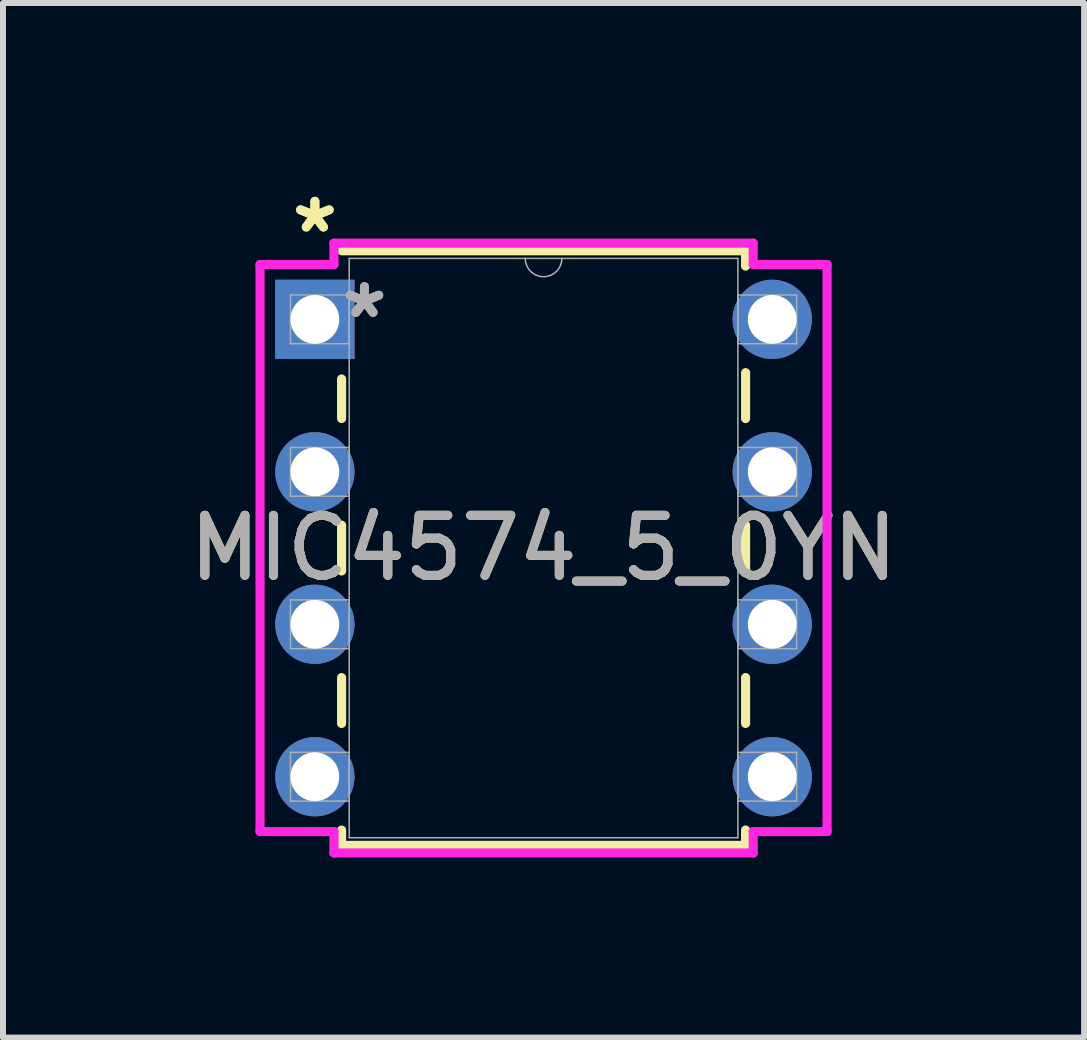
<source format=kicad_pcb>
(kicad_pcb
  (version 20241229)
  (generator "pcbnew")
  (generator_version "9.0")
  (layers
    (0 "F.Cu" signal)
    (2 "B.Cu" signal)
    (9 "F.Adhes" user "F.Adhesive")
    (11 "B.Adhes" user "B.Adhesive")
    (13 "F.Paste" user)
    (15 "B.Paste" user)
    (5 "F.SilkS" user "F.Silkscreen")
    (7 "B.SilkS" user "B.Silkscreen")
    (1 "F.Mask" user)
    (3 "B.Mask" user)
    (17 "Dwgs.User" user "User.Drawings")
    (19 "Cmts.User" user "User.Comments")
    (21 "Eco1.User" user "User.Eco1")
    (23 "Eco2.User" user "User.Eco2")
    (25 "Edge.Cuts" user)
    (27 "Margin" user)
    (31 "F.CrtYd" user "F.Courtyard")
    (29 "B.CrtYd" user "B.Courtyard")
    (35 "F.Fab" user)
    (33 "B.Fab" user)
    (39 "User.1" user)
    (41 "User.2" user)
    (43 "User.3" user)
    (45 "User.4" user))
  (footprint "MIC4574_5_0YN"
    (layer "F.Cu")
    (at 2.196 2.271)
    (property "Reference" "MIC4574_5_0YN" (at 3.81 3.81 0) (unlocked yes) (layer "F.SilkS") (effects (font (size 1 1) (thickness 0.15))))
    (attr through_hole)
    (fp_line (start 0.445 0.993) (end 0.445 1.652) (stroke (width 0.152) (type solid)) (layer "F.SilkS"))
    (fp_line (start 0.445 3.428) (end 0.445 4.192) (stroke (width 0.152) (type solid)) (layer "F.SilkS"))
    (fp_line (start 0.445 5.968) (end 0.445 6.732) (stroke (width 0.152) (type solid)) (layer "F.SilkS"))
    (fp_line (start 0.445 8.508) (end 0.445 8.763) (stroke (width 0.152) (type solid)) (layer "F.SilkS"))
    (fp_line (start 0.445 8.763) (end 7.176 8.763) (stroke (width 0.152) (type solid)) (layer "F.SilkS"))
    (fp_line (start 7.176 -1.143) (end 0.445 -1.143) (stroke (width 0.152) (type solid)) (layer "F.SilkS"))
    (fp_line (start 7.176 -0.888) (end 7.176 -1.143) (stroke (width 0.152) (type solid)) (layer "F.SilkS"))
    (fp_line (start 7.176 1.652) (end 7.176 0.888) (stroke (width 0.152) (type solid)) (layer "F.SilkS"))
    (fp_line (start 7.176 4.192) (end 7.176 3.428) (stroke (width 0.152) (type solid)) (layer "F.SilkS"))
    (fp_line (start 7.176 6.732) (end 7.176 5.968) (stroke (width 0.152) (type solid)) (layer "F.SilkS"))
    (fp_line (start 7.176 8.763) (end 7.176 8.508) (stroke (width 0.152) (type solid)) (layer "F.SilkS"))
    (fp_line (start -0.914 -0.914) (end 0.318 -0.914) (stroke (width 0.152) (type solid)) (layer "F.CrtYd"))
    (fp_line (start -0.914 8.534) (end -0.914 -0.914) (stroke (width 0.152) (type solid)) (layer "F.CrtYd"))
    (fp_line (start 0.318 -1.27) (end 7.303 -1.27) (stroke (width 0.152) (type solid)) (layer "F.CrtYd"))
    (fp_line (start 0.318 -0.914) (end 0.318 -1.27) (stroke (width 0.152) (type solid)) (layer "F.CrtYd"))
    (fp_line (start 0.318 8.534) (end -0.914 8.534) (stroke (width 0.152) (type solid)) (layer "F.CrtYd"))
    (fp_line (start 0.318 8.89) (end 0.318 8.534) (stroke (width 0.152) (type solid)) (layer "F.CrtYd"))
    (fp_line (start 7.303 -1.27) (end 7.303 -0.914) (stroke (width 0.152) (type solid)) (layer "F.CrtYd"))
    (fp_line (start 7.303 8.534) (end 7.303 8.89) (stroke (width 0.152) (type solid)) (layer "F.CrtYd"))
    (fp_line (start 7.303 8.89) (end 0.318 8.89) (stroke (width 0.152) (type solid)) (layer "F.CrtYd"))
    (fp_line (start 8.534 -0.914) (end 7.303 -0.914) (stroke (width 0.152) (type solid)) (layer "F.CrtYd"))
    (fp_line (start 8.534 -0.914) (end 8.534 8.534) (stroke (width 0.152) (type solid)) (layer "F.CrtYd"))
    (fp_line (start 8.534 8.534) (end 7.303 8.534) (stroke (width 0.152) (type solid)) (layer "F.CrtYd"))
    (fp_line (start -0.406 -0.406) (end -0.406 0.406) (stroke (width 0.025) (type solid)) (layer "F.Fab"))
    (fp_line (start -0.406 0.406) (end 0.572 0.406) (stroke (width 0.025) (type solid)) (layer "F.Fab"))
    (fp_line (start -0.406 2.134) (end -0.406 2.946) (stroke (width 0.025) (type solid)) (layer "F.Fab"))
    (fp_line (start -0.406 2.946) (end 0.572 2.946) (stroke (width 0.025) (type solid)) (layer "F.Fab"))
    (fp_line (start -0.406 4.674) (end -0.406 5.486) (stroke (width 0.025) (type solid)) (layer "F.Fab"))
    (fp_line (start -0.406 5.486) (end 0.572 5.486) (stroke (width 0.025) (type solid)) (layer "F.Fab"))
    (fp_line (start -0.406 7.214) (end -0.406 8.026) (stroke (width 0.025) (type solid)) (layer "F.Fab"))
    (fp_line (start -0.406 8.026) (end 0.572 8.026) (stroke (width 0.025) (type solid)) (layer "F.Fab"))
    (fp_line (start 0.572 -1.016) (end 0.572 8.636) (stroke (width 0.025) (type solid)) (layer "F.Fab"))
    (fp_line (start 0.572 -0.406) (end -0.406 -0.406) (stroke (width 0.025) (type solid)) (layer "F.Fab"))
    (fp_line (start 0.572 0.406) (end 0.572 -0.406) (stroke (width 0.025) (type solid)) (layer "F.Fab"))
    (fp_line (start 0.572 2.134) (end -0.406 2.134) (stroke (width 0.025) (type solid)) (layer "F.Fab"))
    (fp_line (start 0.572 2.946) (end 0.572 2.134) (stroke (width 0.025) (type solid)) (layer "F.Fab"))
    (fp_line (start 0.572 4.674) (end -0.406 4.674) (stroke (width 0.025) (type solid)) (layer "F.Fab"))
    (fp_line (start 0.572 5.486) (end 0.572 4.674) (stroke (width 0.025) (type solid)) (layer "F.Fab"))
    (fp_line (start 0.572 7.214) (end -0.406 7.214) (stroke (width 0.025) (type solid)) (layer "F.Fab"))
    (fp_line (start 0.572 8.026) (end 0.572 7.214) (stroke (width 0.025) (type solid)) (layer "F.Fab"))
    (fp_line (start 0.572 8.636) (end 7.048 8.636) (stroke (width 0.025) (type solid)) (layer "F.Fab"))
    (fp_line (start 7.048 -1.016) (end 0.572 -1.016) (stroke (width 0.025) (type solid)) (layer "F.Fab"))
    (fp_line (start 7.048 -0.406) (end 7.048 0.406) (stroke (width 0.025) (type solid)) (layer "F.Fab"))
    (fp_line (start 7.048 0.406) (end 8.026 0.406) (stroke (width 0.025) (type solid)) (layer "F.Fab"))
    (fp_line (start 7.048 2.134) (end 7.048 2.946) (stroke (width 0.025) (type solid)) (layer "F.Fab"))
    (fp_line (start 7.048 2.946) (end 8.026 2.946) (stroke (width 0.025) (type solid)) (layer "F.Fab"))
    (fp_line (start 7.048 4.674) (end 7.048 5.486) (stroke (width 0.025) (type solid)) (layer "F.Fab"))
    (fp_line (start 7.048 5.486) (end 8.026 5.486) (stroke (width 0.025) (type solid)) (layer "F.Fab"))
    (fp_line (start 7.048 7.214) (end 7.048 8.026) (stroke (width 0.025) (type solid)) (layer "F.Fab"))
    (fp_line (start 7.048 8.026) (end 8.026 8.026) (stroke (width 0.025) (type solid)) (layer "F.Fab"))
    (fp_line (start 7.048 8.636) (end 7.048 -1.016) (stroke (width 0.025) (type solid)) (layer "F.Fab"))
    (fp_line (start 8.026 -0.406) (end 7.048 -0.406) (stroke (width 0.025) (type solid)) (layer "F.Fab"))
    (fp_line (start 8.026 0.406) (end 8.026 -0.406) (stroke (width 0.025) (type solid)) (layer "F.Fab"))
    (fp_line (start 8.026 2.134) (end 7.048 2.134) (stroke (width 0.025) (type solid)) (layer "F.Fab"))
    (fp_line (start 8.026 2.946) (end 8.026 2.134) (stroke (width 0.025) (type solid)) (layer "F.Fab"))
    (fp_line (start 8.026 4.674) (end 7.048 4.674) (stroke (width 0.025) (type solid)) (layer "F.Fab"))
    (fp_line (start 8.026 5.486) (end 8.026 4.674) (stroke (width 0.025) (type solid)) (layer "F.Fab"))
    (fp_line (start 8.026 7.214) (end 7.048 7.214) (stroke (width 0.025) (type solid)) (layer "F.Fab"))
    (fp_line (start 8.026 8.026) (end 8.026 7.214) (stroke (width 0.025) (type solid)) (layer "F.Fab"))
    (fp_arc (start 4.1148 -1.016) (mid 3.81 -0.7112) (end 3.5052 -1.016) (stroke (width 0.0254) (type solid)) (layer "F.Fab"))
    (fp_text user "*" (at 0 -1.422 0) (unlocked yes) (layer "F.SilkS") (effects (font (size 1 1) (thickness 0.15))))
    (fp_text user "*" (at 0 -1.422 0) (layer "F.SilkS") (effects (font (size 1 1) (thickness 0.15))))
    (fp_text user "*" (at 0.826 0 0) (layer "F.Fab") (effects (font (size 1 1) (thickness 0.15))))
    (fp_text user "*" (at 0.826 0 0) (unlocked yes) (layer "F.Fab") (effects (font (size 1 1) (thickness 0.15))))
    (fp_text user "${REFERENCE}" (at 3.81 3.81 0) (unlocked yes) (layer "F.Fab") (effects (font (size 1 1) (thickness 0.15))))
    (pad "1" thru_hole rect (at 0 0) (size 1.321 1.321) (drill 0.813) (layers "*.Cu" "*.Mask"))
    (pad "2" thru_hole circle (at 0 2.54) (size 1.321 1.321) (drill 0.813) (layers "*.Cu" "*.Mask"))
    (pad "3" thru_hole circle (at 0 5.08) (size 1.321 1.321) (drill 0.813) (layers "*.Cu" "*.Mask"))
    (pad "4" thru_hole circle (at 0 7.62) (size 1.321 1.321) (drill 0.813) (layers "*.Cu" "*.Mask"))
    (pad "5" thru_hole circle (at 7.62 7.62) (size 1.321 1.321) (drill 0.813) (layers "*.Cu" "*.Mask"))
    (pad "6" thru_hole circle (at 7.62 5.08) (size 1.321 1.321) (drill 0.813) (layers "*.Cu" "*.Mask"))
    (pad "7" thru_hole circle (at 7.62 2.54) (size 1.321 1.321) (drill 0.813) (layers "*.Cu" "*.Mask"))
    (pad "8" thru_hole circle (at 7.62 0) (size 1.321 1.321) (drill 0.813) (layers "*.Cu" "*.Mask")))
  (gr_rect
    (start -3 -3)
    (end 15.012 14.237)
    (stroke (width 0.1) (type default))
    (fill no)
    (layer "Edge.Cuts")))
</source>
